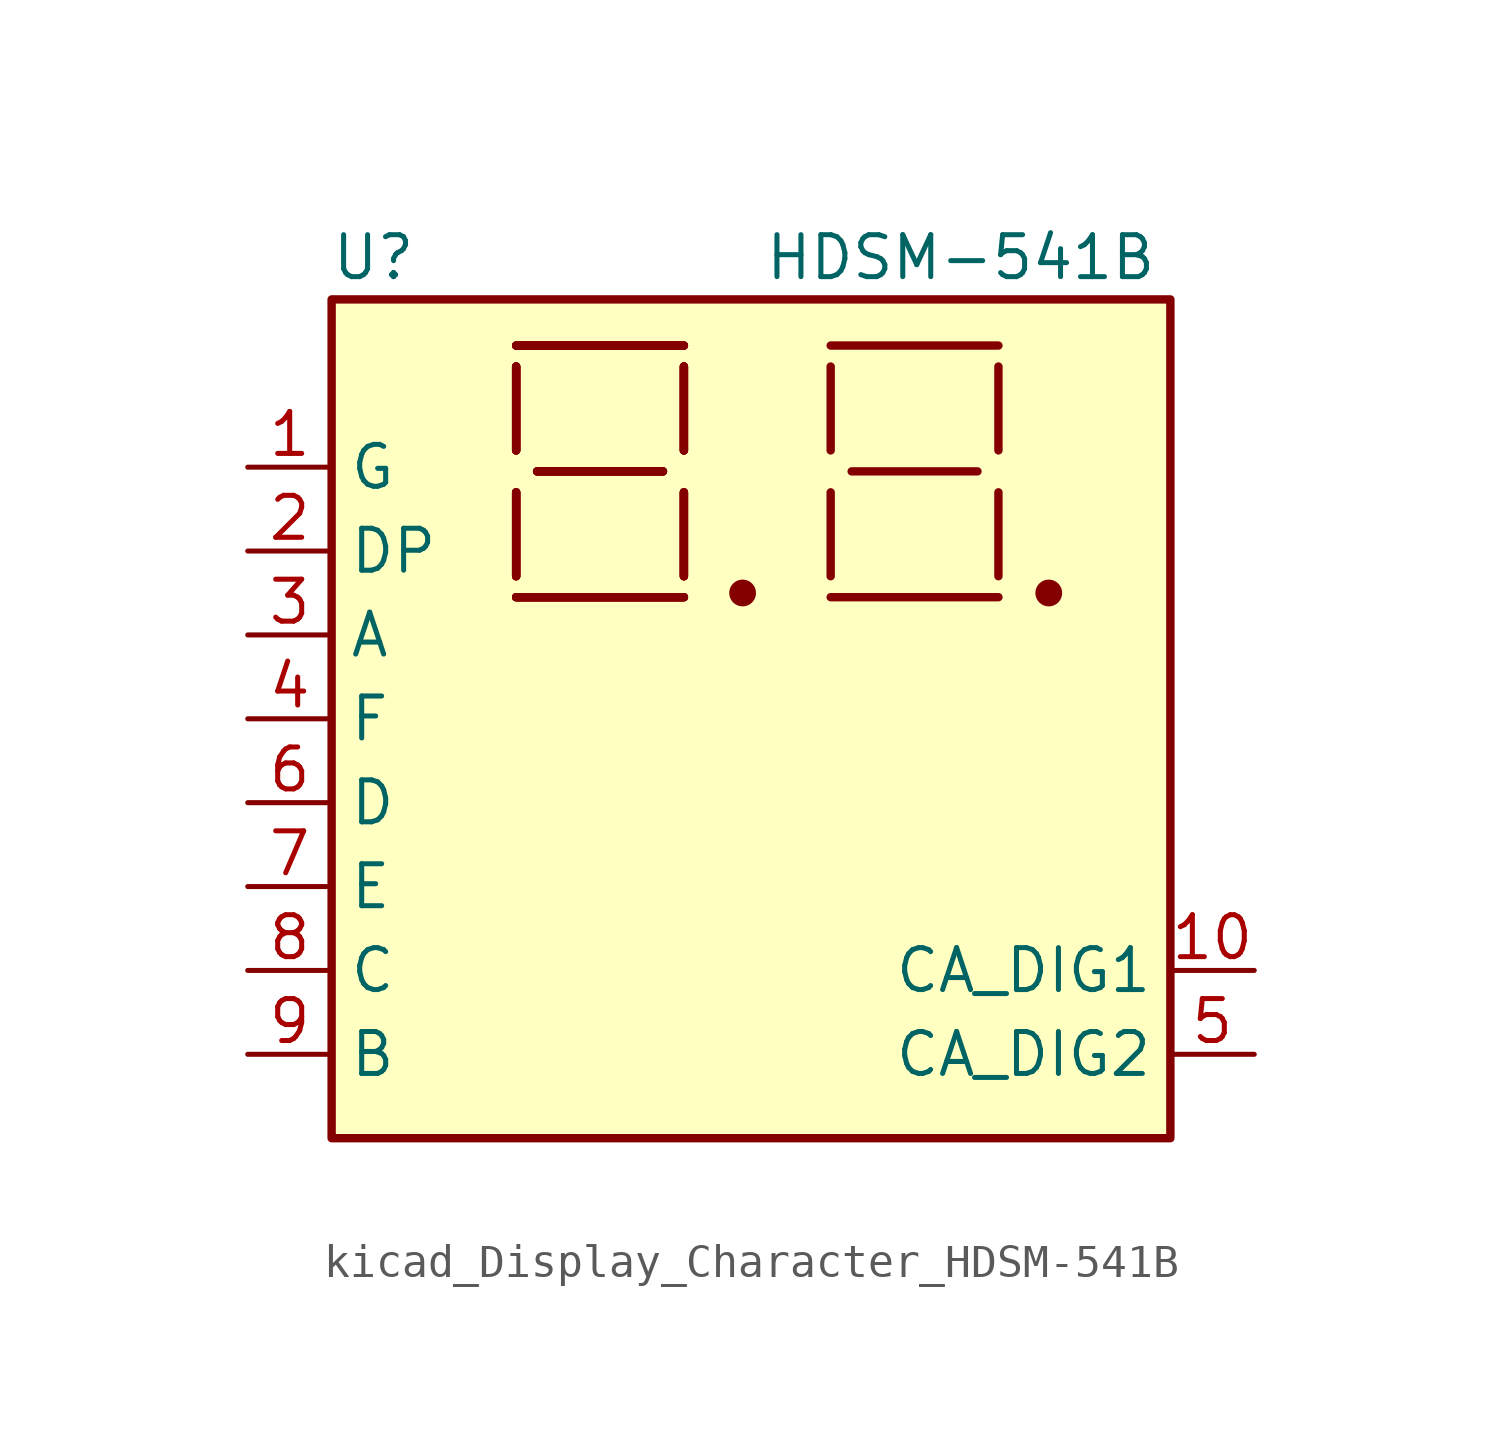
<source format=kicad_sym>
(kicad_symbol_lib
  (version 20220914)
  (generator kicad_symbol_editor)
  (symbol "kicad_Display_Character_HDSM-541B"
    (property "Reference" "U"
      (at -11.43 13.97 0)
      (effects (font (size 1.27 1.27))))
    (property "Value" "HDSM-541B"
      (at 6.35 13.97 0)
      (effects (font (size 1.27 1.27))))
    (symbol "kicad_Display_Character_HDSM-541B_0_1"
      (rectangle (start -12.7 12.7) (end 12.7 -12.7) (stroke (width 0.254) (type default)) (fill (type background)))
      (circle (center -0.254 3.81) (radius 0.279) (stroke (width 0.254) (type default)) (fill (type outline)))
      (polyline (pts (xy -7.112 3.683) (xy -2.032 3.683)) (stroke (width 0.254) (type default)) (fill (type none)))
      (polyline (pts (xy -7.112 3.683) (xy -2.032 3.683)) (stroke (width 0.254) (type default)) (fill (type none)))
      (polyline (pts (xy -7.112 3.683) (xy -2.032 3.683)) (stroke (width 0.254) (type default)) (fill (type none)))
      (polyline (pts (xy -7.112 3.683) (xy -2.032 3.683)) (stroke (width 0.254) (type default)) (fill (type none)))
      (polyline (pts (xy -7.112 4.318) (xy -7.112 6.858)) (stroke (width 0.254) (type default)) (fill (type none)))
      (polyline (pts (xy -7.112 4.318) (xy -7.112 6.858)) (stroke (width 0.254) (type default)) (fill (type none)))
      (polyline (pts (xy -7.112 4.318) (xy -7.112 6.858)) (stroke (width 0.254) (type default)) (fill (type none)))
      (polyline (pts (xy -7.112 4.318) (xy -7.112 6.858)) (stroke (width 0.254) (type default)) (fill (type none)))
      (polyline (pts (xy -7.112 8.128) (xy -7.112 10.668)) (stroke (width 0.254) (type default)) (fill (type none)))
      (polyline (pts (xy -7.112 8.128) (xy -7.112 10.668)) (stroke (width 0.254) (type default)) (fill (type none)))
      (polyline (pts (xy -7.112 8.128) (xy -7.112 10.668)) (stroke (width 0.254) (type default)) (fill (type none)))
      (polyline (pts (xy -7.112 8.128) (xy -7.112 10.668)) (stroke (width 0.254) (type default)) (fill (type none)))
      (polyline (pts (xy -7.112 11.303) (xy -2.032 11.303)) (stroke (width 0.254) (type default)) (fill (type none)))
      (polyline (pts (xy -7.112 11.303) (xy -2.032 11.303)) (stroke (width 0.254) (type default)) (fill (type none)))
      (polyline (pts (xy -7.112 11.303) (xy -2.032 11.303)) (stroke (width 0.254) (type default)) (fill (type none)))
      (polyline (pts (xy -7.112 11.303) (xy -2.032 11.303)) (stroke (width 0.254) (type default)) (fill (type none)))
      (polyline (pts (xy -6.477 7.493) (xy -2.667 7.493)) (stroke (width 0.254) (type default)) (fill (type none)))
      (polyline (pts (xy -6.477 7.493) (xy -2.667 7.493)) (stroke (width 0.254) (type default)) (fill (type none)))
      (polyline (pts (xy -6.477 7.493) (xy -2.667 7.493)) (stroke (width 0.254) (type default)) (fill (type none)))
      (polyline (pts (xy -6.477 7.493) (xy -2.667 7.493)) (stroke (width 0.254) (type default)) (fill (type none)))
      (polyline (pts (xy -2.032 4.318) (xy -2.032 6.858)) (stroke (width 0.254) (type default)) (fill (type none)))
      (polyline (pts (xy -2.032 4.318) (xy -2.032 6.858)) (stroke (width 0.254) (type default)) (fill (type none)))
      (polyline (pts (xy -2.032 4.318) (xy -2.032 6.858)) (stroke (width 0.254) (type default)) (fill (type none)))
      (polyline (pts (xy -2.032 4.318) (xy -2.032 6.858)) (stroke (width 0.254) (type default)) (fill (type none)))
      (polyline (pts (xy -2.032 10.668) (xy -2.032 8.128)) (stroke (width 0.254) (type default)) (fill (type none)))
      (polyline (pts (xy -2.032 10.668) (xy -2.032 8.128)) (stroke (width 0.254) (type default)) (fill (type none)))
      (polyline (pts (xy -2.032 10.668) (xy -2.032 8.128)) (stroke (width 0.254) (type default)) (fill (type none)))
      (polyline (pts (xy -2.032 10.668) (xy -2.032 8.128)) (stroke (width 0.254) (type default)) (fill (type none)))
      (polyline (pts (xy 2.413 3.683) (xy 7.493 3.683)) (stroke (width 0.254) (type default)) (fill (type none)))
      (polyline (pts (xy 2.413 4.318) (xy 2.413 6.858)) (stroke (width 0.254) (type default)) (fill (type none)))
      (polyline (pts (xy 2.413 8.128) (xy 2.413 10.668)) (stroke (width 0.254) (type default)) (fill (type none)))
      (polyline (pts (xy 2.413 11.303) (xy 7.493 11.303)) (stroke (width 0.254) (type default)) (fill (type none)))
      (polyline (pts (xy 3.048 7.493) (xy 6.858 7.493)) (stroke (width 0.254) (type default)) (fill (type none)))
      (polyline (pts (xy 7.493 4.318) (xy 7.493 6.858)) (stroke (width 0.254) (type default)) (fill (type none)))
      (polyline (pts (xy 7.493 8.128) (xy 7.493 10.668)) (stroke (width 0.254) (type default)) (fill (type none)))
      (circle (center 9.017 3.81) (radius 0.279) (stroke (width 0.254) (type default)) (fill (type outline))))
    (symbol "kicad_Display_Character_HDSM-541B_1_1"
      (pin input line (at -15.24 7.62 0) (length 2.54) (name "G" (effects (font (size 1.27 1.27)))) (number "1" (effects (font (size 1.27 1.27)))))
      (pin input line (at 15.24 -7.62 180) (length 2.54) (name "CA_DIG1" (effects (font (size 1.27 1.27)))) (number "10" (effects (font (size 1.27 1.27)))))
      (pin input line (at -15.24 5.08 0) (length 2.54) (name "DP" (effects (font (size 1.27 1.27)))) (number "2" (effects (font (size 1.27 1.27)))))
      (pin input line (at -15.24 2.54 0) (length 2.54) (name "A" (effects (font (size 1.27 1.27)))) (number "3" (effects (font (size 1.27 1.27)))))
      (pin input line (at -15.24 0 0) (length 2.54) (name "F" (effects (font (size 1.27 1.27)))) (number "4" (effects (font (size 1.27 1.27)))))
      (pin input line (at 15.24 -10.16 180) (length 2.54) (name "CA_DIG2" (effects (font (size 1.27 1.27)))) (number "5" (effects (font (size 1.27 1.27)))))
      (pin input line (at -15.24 -2.54 0) (length 2.54) (name "D" (effects (font (size 1.27 1.27)))) (number "6" (effects (font (size 1.27 1.27)))))
      (pin input line (at -15.24 -5.08 0) (length 2.54) (name "E" (effects (font (size 1.27 1.27)))) (number "7" (effects (font (size 1.27 1.27)))))
      (pin input line (at -15.24 -7.62 0) (length 2.54) (name "C" (effects (font (size 1.27 1.27)))) (number "8" (effects (font (size 1.27 1.27)))))
      (pin input line (at -15.24 -10.16 0) (length 2.54) (name "B" (effects (font (size 1.27 1.27)))) (number "9" (effects (font (size 1.27 1.27))))))))
</source>
